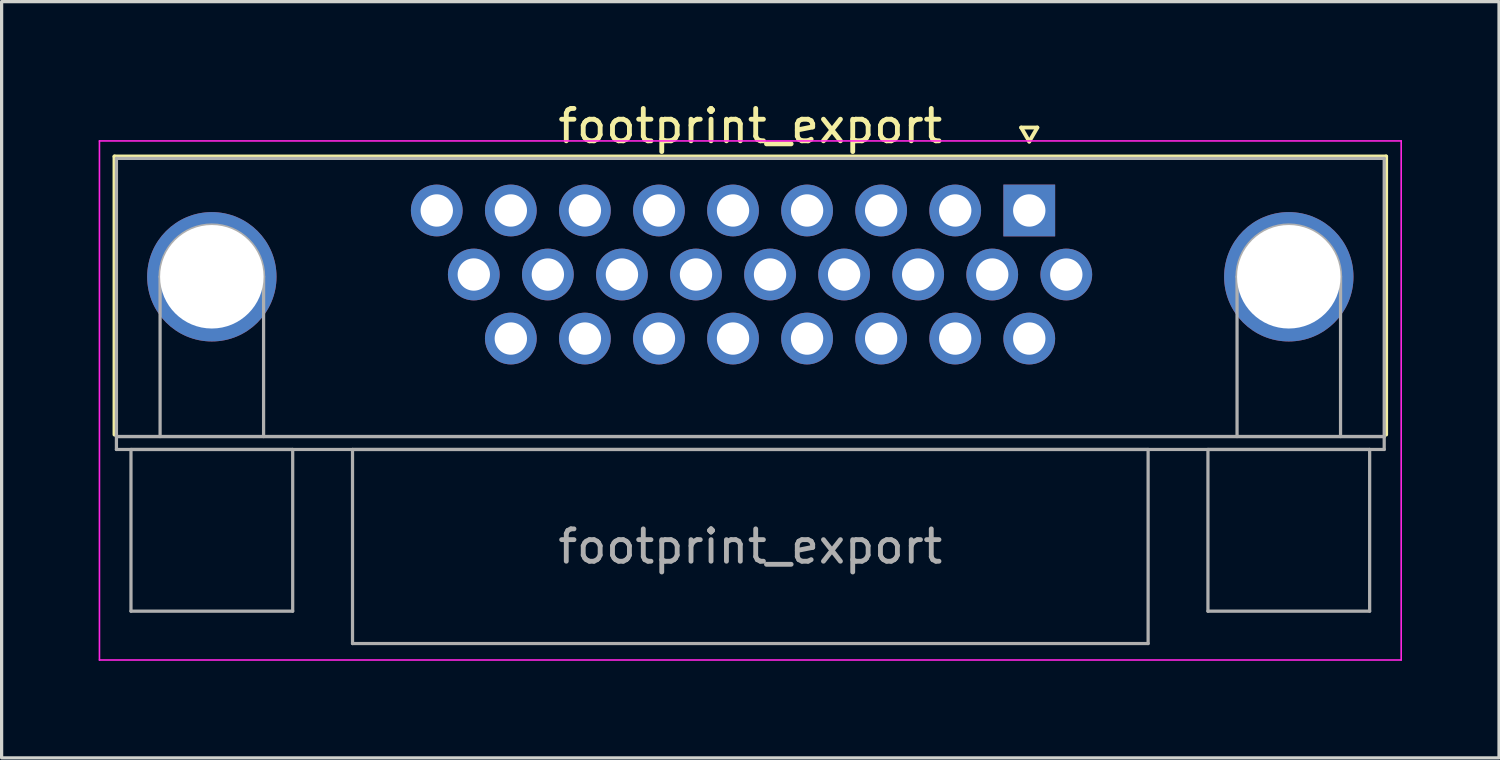
<source format=kicad_pcb>
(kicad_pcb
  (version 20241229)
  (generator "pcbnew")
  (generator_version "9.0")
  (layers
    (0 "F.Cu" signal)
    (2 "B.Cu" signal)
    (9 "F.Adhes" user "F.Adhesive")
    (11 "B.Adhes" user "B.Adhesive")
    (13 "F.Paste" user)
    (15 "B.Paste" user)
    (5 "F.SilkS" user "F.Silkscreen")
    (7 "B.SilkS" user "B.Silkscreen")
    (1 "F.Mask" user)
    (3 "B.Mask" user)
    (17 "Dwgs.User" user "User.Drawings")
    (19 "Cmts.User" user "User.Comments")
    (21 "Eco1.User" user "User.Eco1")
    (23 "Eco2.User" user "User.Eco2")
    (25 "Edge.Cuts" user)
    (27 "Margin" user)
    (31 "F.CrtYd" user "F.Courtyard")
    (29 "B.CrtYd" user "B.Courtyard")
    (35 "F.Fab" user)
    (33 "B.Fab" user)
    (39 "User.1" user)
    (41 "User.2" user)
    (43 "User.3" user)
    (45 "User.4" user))
  (footprint "footprint_export"
    (layer "F.Cu")
    (at 28.775 3.458)
    (property "Reference" "footprint_export" (at -8.625 -2.61 0) (layer "F.SilkS") (effects (font (size 1 1) (thickness 0.15))))
    (attr through_hole)
    (fp_line (start -28.285 -1.67) (end 11.035 -1.67) (stroke (width 0.12) (type solid)) (layer "F.SilkS"))
    (fp_line (start -28.285 6.93) (end -28.285 -1.67) (stroke (width 0.12) (type solid)) (layer "F.SilkS"))
    (fp_line (start -0.25 -2.564) (end 0.25 -2.564) (stroke (width 0.12) (type solid)) (layer "F.SilkS"))
    (fp_line (start 0 -2.131) (end -0.25 -2.564) (stroke (width 0.12) (type solid)) (layer "F.SilkS"))
    (fp_line (start 0.25 -2.564) (end 0 -2.131) (stroke (width 0.12) (type solid)) (layer "F.SilkS"))
    (fp_line (start 11.035 -1.67) (end 11.035 6.93) (stroke (width 0.12) (type solid)) (layer "F.SilkS"))
    (fp_line (start -28.75 -2.15) (end -28.75 13.9) (stroke (width 0.05) (type solid)) (layer "F.CrtYd"))
    (fp_line (start -28.75 13.9) (end 11.5 13.9) (stroke (width 0.05) (type solid)) (layer "F.CrtYd"))
    (fp_line (start 11.5 -2.15) (end -28.75 -2.15) (stroke (width 0.05) (type solid)) (layer "F.CrtYd"))
    (fp_line (start 11.5 13.9) (end 11.5 -2.15) (stroke (width 0.05) (type solid)) (layer "F.CrtYd"))
    (fp_line (start -28.225 -1.61) (end -28.225 6.99) (stroke (width 0.1) (type solid)) (layer "F.Fab"))
    (fp_line (start -28.225 6.99) (end -28.225 7.39) (stroke (width 0.1) (type solid)) (layer "F.Fab"))
    (fp_line (start -28.225 6.99) (end 10.975 6.99) (stroke (width 0.1) (type solid)) (layer "F.Fab"))
    (fp_line (start -28.225 7.39) (end 10.975 7.39) (stroke (width 0.1) (type solid)) (layer "F.Fab"))
    (fp_line (start -27.775 7.39) (end -27.775 12.39) (stroke (width 0.1) (type solid)) (layer "F.Fab"))
    (fp_line (start -27.775 12.39) (end -22.775 12.39) (stroke (width 0.1) (type solid)) (layer "F.Fab"))
    (fp_line (start -26.875 6.99) (end -26.875 2.05) (stroke (width 0.1) (type solid)) (layer "F.Fab"))
    (fp_line (start -23.675 6.99) (end -23.675 2.05) (stroke (width 0.1) (type solid)) (layer "F.Fab"))
    (fp_line (start -22.775 7.39) (end -27.775 7.39) (stroke (width 0.1) (type solid)) (layer "F.Fab"))
    (fp_line (start -22.775 12.39) (end -22.775 7.39) (stroke (width 0.1) (type solid)) (layer "F.Fab"))
    (fp_line (start -20.925 7.39) (end -20.925 13.39) (stroke (width 0.1) (type solid)) (layer "F.Fab"))
    (fp_line (start -20.925 13.39) (end 3.675 13.39) (stroke (width 0.1) (type solid)) (layer "F.Fab"))
    (fp_line (start 3.675 7.39) (end -20.925 7.39) (stroke (width 0.1) (type solid)) (layer "F.Fab"))
    (fp_line (start 3.675 13.39) (end 3.675 7.39) (stroke (width 0.1) (type solid)) (layer "F.Fab"))
    (fp_line (start 5.525 7.39) (end 5.525 12.39) (stroke (width 0.1) (type solid)) (layer "F.Fab"))
    (fp_line (start 5.525 12.39) (end 10.525 12.39) (stroke (width 0.1) (type solid)) (layer "F.Fab"))
    (fp_line (start 6.425 6.99) (end 6.425 2.05) (stroke (width 0.1) (type solid)) (layer "F.Fab"))
    (fp_line (start 9.625 6.99) (end 9.625 2.05) (stroke (width 0.1) (type solid)) (layer "F.Fab"))
    (fp_line (start 10.525 7.39) (end 5.525 7.39) (stroke (width 0.1) (type solid)) (layer "F.Fab"))
    (fp_line (start 10.525 12.39) (end 10.525 7.39) (stroke (width 0.1) (type solid)) (layer "F.Fab"))
    (fp_line (start 10.975 -1.61) (end -28.225 -1.61) (stroke (width 0.1) (type solid)) (layer "F.Fab"))
    (fp_line (start 10.975 6.99) (end -28.225 6.99) (stroke (width 0.1) (type solid)) (layer "F.Fab"))
    (fp_line (start 10.975 6.99) (end 10.975 -1.61) (stroke (width 0.1) (type solid)) (layer "F.Fab"))
    (fp_line (start 10.975 7.39) (end 10.975 6.99) (stroke (width 0.1) (type solid)) (layer "F.Fab"))
    (fp_arc (start -26.875 2.05) (mid -25.275 0.45) (end -23.675 2.05) (stroke (width 0.1) (type solid)) (layer "F.Fab"))
    (fp_arc (start 6.425 2.05) (mid 8.025 0.45) (end 9.625 2.05) (stroke (width 0.1) (type solid)) (layer "F.Fab"))
    (fp_text user "${REFERENCE}" (at -8.625 10.39 0) (layer "F.Fab") (effects (font (size 1 1) (thickness 0.15))))
    (pad "0" thru_hole circle (at -25.275 2.05) (size 4 4) (drill 3.2) (layers "*.Cu" "*.Mask"))
    (pad "0" thru_hole circle (at 8.025 2.05) (size 4 4) (drill 3.2) (layers "*.Cu" "*.Mask"))
    (pad "1" thru_hole rect (at 0 0) (size 1.6 1.6) (drill 1) (layers "*.Cu" "*.Mask"))
    (pad "2" thru_hole circle (at -2.29 0) (size 1.6 1.6) (drill 1) (layers "*.Cu" "*.Mask"))
    (pad "3" thru_hole circle (at -4.58 0) (size 1.6 1.6) (drill 1) (layers "*.Cu" "*.Mask"))
    (pad "4" thru_hole circle (at -6.87 0) (size 1.6 1.6) (drill 1) (layers "*.Cu" "*.Mask"))
    (pad "5" thru_hole circle (at -9.16 0) (size 1.6 1.6) (drill 1) (layers "*.Cu" "*.Mask"))
    (pad "6" thru_hole circle (at -11.45 0) (size 1.6 1.6) (drill 1) (layers "*.Cu" "*.Mask"))
    (pad "7" thru_hole circle (at -13.74 0) (size 1.6 1.6) (drill 1) (layers "*.Cu" "*.Mask"))
    (pad "8" thru_hole circle (at -16.03 0) (size 1.6 1.6) (drill 1) (layers "*.Cu" "*.Mask"))
    (pad "9" thru_hole circle (at -18.32 0) (size 1.6 1.6) (drill 1) (layers "*.Cu" "*.Mask"))
    (pad "10" thru_hole circle (at 1.145 1.98) (size 1.6 1.6) (drill 1) (layers "*.Cu" "*.Mask"))
    (pad "11" thru_hole circle (at -1.145 1.98) (size 1.6 1.6) (drill 1) (layers "*.Cu" "*.Mask"))
    (pad "12" thru_hole circle (at -3.435 1.98) (size 1.6 1.6) (drill 1) (layers "*.Cu" "*.Mask"))
    (pad "13" thru_hole circle (at -5.725 1.98) (size 1.6 1.6) (drill 1) (layers "*.Cu" "*.Mask"))
    (pad "14" thru_hole circle (at -8.015 1.98) (size 1.6 1.6) (drill 1) (layers "*.Cu" "*.Mask"))
    (pad "15" thru_hole circle (at -10.305 1.98) (size 1.6 1.6) (drill 1) (layers "*.Cu" "*.Mask"))
    (pad "16" thru_hole circle (at -12.595 1.98) (size 1.6 1.6) (drill 1) (layers "*.Cu" "*.Mask"))
    (pad "17" thru_hole circle (at -14.885 1.98) (size 1.6 1.6) (drill 1) (layers "*.Cu" "*.Mask"))
    (pad "18" thru_hole circle (at -17.175 1.98) (size 1.6 1.6) (drill 1) (layers "*.Cu" "*.Mask"))
    (pad "19" thru_hole circle (at 0 3.96) (size 1.6 1.6) (drill 1) (layers "*.Cu" "*.Mask"))
    (pad "20" thru_hole circle (at -2.29 3.96) (size 1.6 1.6) (drill 1) (layers "*.Cu" "*.Mask"))
    (pad "21" thru_hole circle (at -4.58 3.96) (size 1.6 1.6) (drill 1) (layers "*.Cu" "*.Mask"))
    (pad "22" thru_hole circle (at -6.87 3.96) (size 1.6 1.6) (drill 1) (layers "*.Cu" "*.Mask"))
    (pad "23" thru_hole circle (at -9.16 3.96) (size 1.6 1.6) (drill 1) (layers "*.Cu" "*.Mask"))
    (pad "24" thru_hole circle (at -11.45 3.96) (size 1.6 1.6) (drill 1) (layers "*.Cu" "*.Mask"))
    (pad "25" thru_hole circle (at -13.74 3.96) (size 1.6 1.6) (drill 1) (layers "*.Cu" "*.Mask"))
    (pad "26" thru_hole circle (at -16.03 3.96) (size 1.6 1.6) (drill 1) (layers "*.Cu" "*.Mask")))
  (gr_rect
    (start -3 -3)
    (end 43.3 20.383)
    (stroke (width 0.1) (type default))
    (fill no)
    (layer "Edge.Cuts")))
</source>
